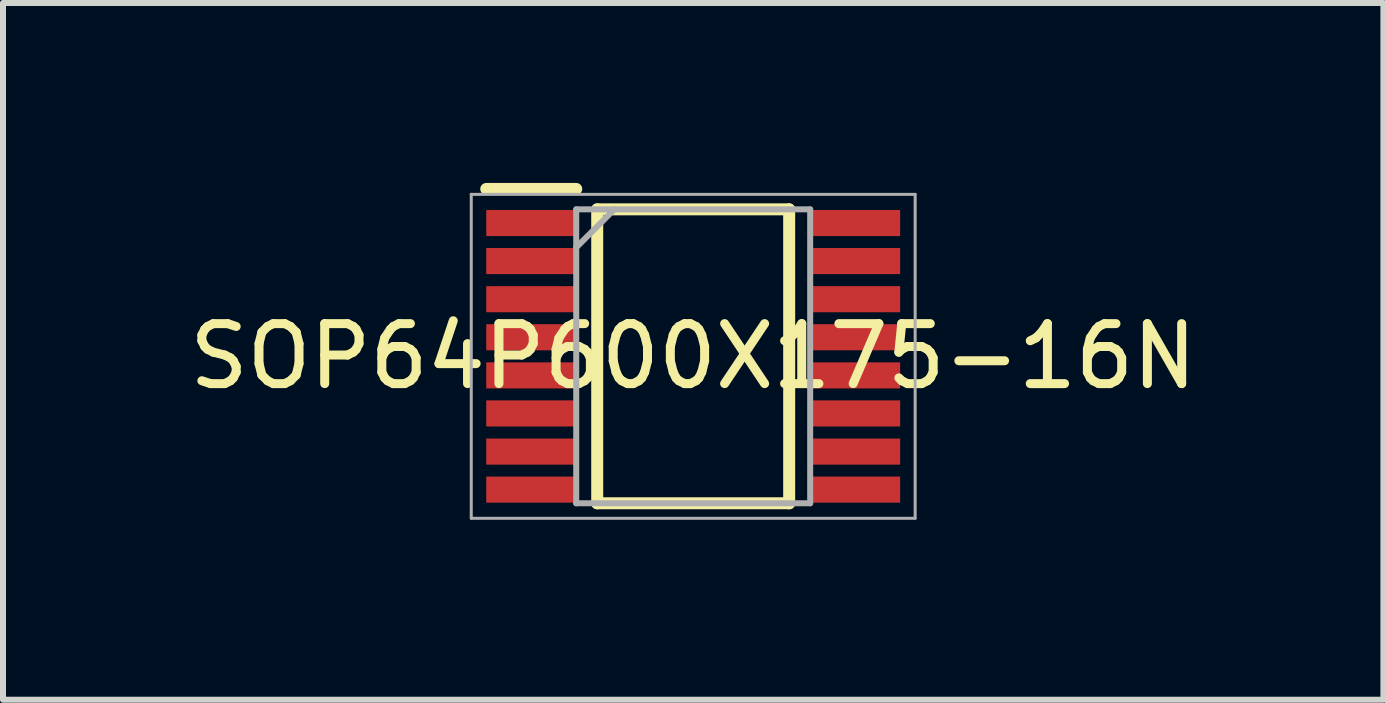
<source format=kicad_pcb>
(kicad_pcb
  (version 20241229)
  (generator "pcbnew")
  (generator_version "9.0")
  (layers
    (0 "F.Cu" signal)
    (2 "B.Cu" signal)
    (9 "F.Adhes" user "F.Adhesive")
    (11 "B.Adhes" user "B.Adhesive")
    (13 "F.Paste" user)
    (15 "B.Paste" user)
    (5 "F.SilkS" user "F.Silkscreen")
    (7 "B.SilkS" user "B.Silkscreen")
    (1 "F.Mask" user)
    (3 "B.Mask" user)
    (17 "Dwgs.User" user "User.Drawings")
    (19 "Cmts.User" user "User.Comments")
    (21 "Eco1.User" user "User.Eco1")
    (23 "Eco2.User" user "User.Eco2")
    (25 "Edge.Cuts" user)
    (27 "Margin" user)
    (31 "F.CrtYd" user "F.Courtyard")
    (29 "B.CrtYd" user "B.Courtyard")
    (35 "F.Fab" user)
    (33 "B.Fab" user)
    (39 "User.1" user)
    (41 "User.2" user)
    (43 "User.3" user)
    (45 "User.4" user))
  (footprint "SOP64P600X175-16N"
    (layer "F.Cu")
    (at 8.506 2.89)
    (property "Reference" "SOP64P600X175-16N" (at 0 0 0) (layer "F.SilkS") (effects (font (size 1 1) (thickness 0.15))))
    (attr smd)
    (fp_line (start -3.45 -2.79) (end -1.95 -2.79) (stroke (width 0.2) (type solid)) (layer "F.SilkS"))
    (fp_line (start -1.6 -2.45) (end 1.6 -2.45) (stroke (width 0.2) (type solid)) (layer "F.SilkS"))
    (fp_line (start -1.6 2.45) (end -1.6 -2.45) (stroke (width 0.2) (type solid)) (layer "F.SilkS"))
    (fp_line (start 1.6 -2.45) (end 1.6 2.45) (stroke (width 0.2) (type solid)) (layer "F.SilkS"))
    (fp_line (start 1.6 2.45) (end -1.6 2.45) (stroke (width 0.2) (type solid)) (layer "F.SilkS"))
    (fp_line (start -3.7 -2.7) (end 3.7 -2.7) (stroke (width 0.05) (type solid)) (layer "F.Fab"))
    (fp_line (start -3.7 2.7) (end -3.7 -2.7) (stroke (width 0.05) (type solid)) (layer "F.Fab"))
    (fp_line (start -1.95 -2.45) (end 1.95 -2.45) (stroke (width 0.1) (type solid)) (layer "F.Fab"))
    (fp_line (start -1.95 -1.815) (end -1.315 -2.45) (stroke (width 0.1) (type solid)) (layer "F.Fab"))
    (fp_line (start -1.95 2.45) (end -1.95 -2.45) (stroke (width 0.1) (type solid)) (layer "F.Fab"))
    (fp_line (start 1.95 -2.45) (end 1.95 2.45) (stroke (width 0.1) (type solid)) (layer "F.Fab"))
    (fp_line (start 1.95 2.45) (end -1.95 2.45) (stroke (width 0.1) (type solid)) (layer "F.Fab"))
    (fp_line (start 3.7 -2.7) (end 3.7 2.7) (stroke (width 0.05) (type solid)) (layer "F.Fab"))
    (fp_line (start 3.7 2.7) (end -3.7 2.7) (stroke (width 0.05) (type solid)) (layer "F.Fab"))
    (pad "1" smd rect (at -2.7 -2.222) (size 1.5 0.435) (layers "F.Cu" "F.Mask" "F.Paste"))
    (pad "2" smd rect (at -2.7 -1.588) (size 1.5 0.435) (layers "F.Cu" "F.Mask" "F.Paste"))
    (pad "3" smd rect (at -2.7 -0.952) (size 1.5 0.435) (layers "F.Cu" "F.Mask" "F.Paste"))
    (pad "4" smd rect (at -2.7 -0.318) (size 1.5 0.435) (layers "F.Cu" "F.Mask" "F.Paste"))
    (pad "5" smd rect (at -2.7 0.318) (size 1.5 0.435) (layers "F.Cu" "F.Mask" "F.Paste"))
    (pad "6" smd rect (at -2.7 0.952) (size 1.5 0.435) (layers "F.Cu" "F.Mask" "F.Paste"))
    (pad "7" smd rect (at -2.7 1.588) (size 1.5 0.435) (layers "F.Cu" "F.Mask" "F.Paste"))
    (pad "8" smd rect (at -2.7 2.222) (size 1.5 0.435) (layers "F.Cu" "F.Mask" "F.Paste"))
    (pad "9" smd rect (at 2.7 2.222) (size 1.5 0.435) (layers "F.Cu" "F.Mask" "F.Paste"))
    (pad "10" smd rect (at 2.7 1.588) (size 1.5 0.435) (layers "F.Cu" "F.Mask" "F.Paste"))
    (pad "11" smd rect (at 2.7 0.952) (size 1.5 0.435) (layers "F.Cu" "F.Mask" "F.Paste"))
    (pad "12" smd rect (at 2.7 0.318) (size 1.5 0.435) (layers "F.Cu" "F.Mask" "F.Paste"))
    (pad "13" smd rect (at 2.7 -0.318) (size 1.5 0.435) (layers "F.Cu" "F.Mask" "F.Paste"))
    (pad "14" smd rect (at 2.7 -0.952) (size 1.5 0.435) (layers "F.Cu" "F.Mask" "F.Paste"))
    (pad "15" smd rect (at 2.7 -1.588) (size 1.5 0.435) (layers "F.Cu" "F.Mask" "F.Paste"))
    (pad "16" smd rect (at 2.7 -2.222) (size 1.5 0.435) (layers "F.Cu" "F.Mask" "F.Paste")))
  (gr_rect
    (start -3 -3)
    (end 20.012 8.615)
    (stroke (width 0.1) (type default))
    (fill no)
    (layer "Edge.Cuts")))
</source>
